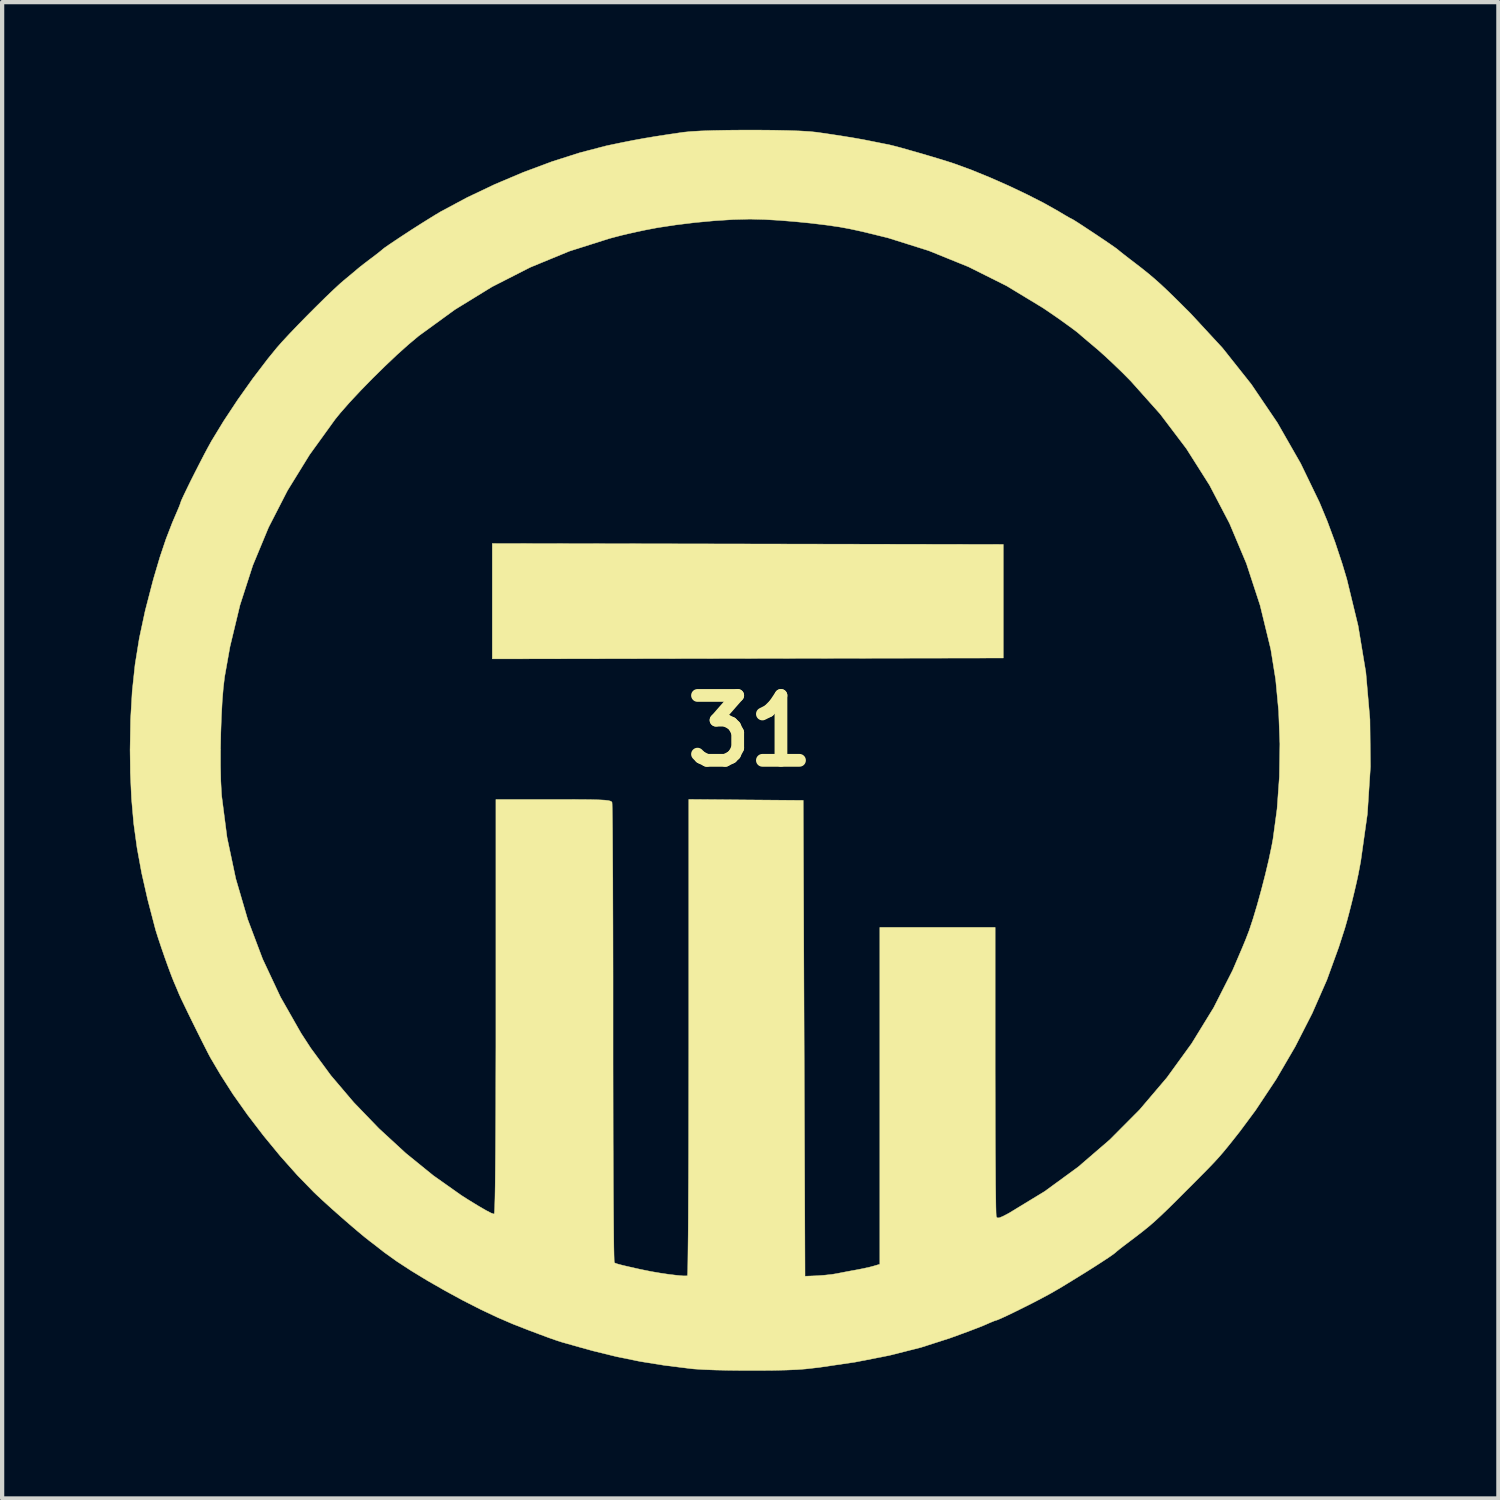
<source format=kicad_pcb>
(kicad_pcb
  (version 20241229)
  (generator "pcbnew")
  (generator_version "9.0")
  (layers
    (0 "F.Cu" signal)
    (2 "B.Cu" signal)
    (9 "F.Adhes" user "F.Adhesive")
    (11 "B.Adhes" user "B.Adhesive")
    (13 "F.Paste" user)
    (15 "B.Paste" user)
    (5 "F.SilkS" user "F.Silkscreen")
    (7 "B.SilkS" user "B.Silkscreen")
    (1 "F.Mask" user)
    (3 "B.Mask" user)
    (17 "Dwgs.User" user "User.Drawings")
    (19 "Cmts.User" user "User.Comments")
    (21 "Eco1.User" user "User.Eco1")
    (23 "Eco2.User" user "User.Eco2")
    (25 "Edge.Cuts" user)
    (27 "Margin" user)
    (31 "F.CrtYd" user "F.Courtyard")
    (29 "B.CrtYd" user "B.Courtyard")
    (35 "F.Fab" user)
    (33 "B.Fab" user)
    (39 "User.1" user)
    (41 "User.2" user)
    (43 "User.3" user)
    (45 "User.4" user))
  (footprint "31"
    (layer "F.Cu")
    (at 14.566 14.118)
    (property "Reference" "31" (at 0 0 0) (layer "F.SilkS") (effects (font (size 1.524 1.524) (thickness 0.3))))
    (attr through_hole)
    (fp_poly (pts (xy -0.053 -4.392) (xy 5.948 -4.381) (xy 5.948 -1.714) (xy -6.054 -1.693) (xy -6.054 -4.403) (xy -0.053 -4.392)) (stroke (width 0.01) (type solid)) (fill yes) (layer "F.SilkS"))
    (fp_poly (pts (xy 0.186 -14.113) (xy 0.54 -14.11) (xy 0.871 -14.103) (xy 1.163 -14.093) (xy 1.401 -14.079) (xy 1.566 -14.062) (xy 1.923 -14.01) (xy 2.213 -13.965) (xy 2.456 -13.925) (xy 2.67 -13.887) (xy 2.836 -13.854) (xy 3.006 -13.82) (xy 3.155 -13.79) (xy 3.254 -13.771) (xy 3.26 -13.77) (xy 3.362 -13.745) (xy 3.527 -13.702) (xy 3.735 -13.643) (xy 3.97 -13.576) (xy 4.212 -13.505) (xy 4.442 -13.436) (xy 4.643 -13.374) (xy 4.796 -13.324) (xy 4.805 -13.321) (xy 5.203 -13.175) (xy 5.634 -12.999) (xy 6.076 -12.804) (xy 6.505 -12.6) (xy 6.901 -12.398) (xy 7.239 -12.208) (xy 7.272 -12.188) (xy 7.405 -12.109) (xy 7.507 -12.05) (xy 7.56 -12.023) (xy 7.562 -12.023) (xy 7.602 -12) (xy 7.696 -11.941) (xy 7.831 -11.853) (xy 7.99 -11.748) (xy 8.159 -11.636) (xy 8.323 -11.526) (xy 8.466 -11.428) (xy 8.574 -11.353) (xy 8.631 -11.311) (xy 8.636 -11.307) (xy 8.677 -11.272) (xy 8.77 -11.198) (xy 8.9 -11.097) (xy 9.017 -11.008) (xy 9.196 -10.87) (xy 9.352 -10.745) (xy 9.498 -10.622) (xy 9.647 -10.489) (xy 9.812 -10.334) (xy 10.005 -10.146) (xy 10.239 -9.913) (xy 10.351 -9.801) (xy 11.097 -8.994) (xy 11.774 -8.141) (xy 12.385 -7.239) (xy 12.932 -6.283) (xy 13.375 -5.366) (xy 13.558 -4.925) (xy 13.74 -4.434) (xy 13.908 -3.927) (xy 14.016 -3.567) (xy 14.281 -2.473) (xy 14.463 -1.375) (xy 14.559 -0.272) (xy 14.571 0.836) (xy 14.499 1.948) (xy 14.342 3.064) (xy 14.285 3.365) (xy 14.246 3.547) (xy 14.194 3.771) (xy 14.135 4.014) (xy 14.075 4.251) (xy 14.02 4.458) (xy 13.976 4.612) (xy 13.969 4.636) (xy 13.936 4.738) (xy 13.887 4.89) (xy 13.832 5.061) (xy 13.826 5.08) (xy 13.548 5.846) (xy 13.204 6.629) (xy 12.804 7.413) (xy 12.357 8.179) (xy 11.873 8.908) (xy 11.505 9.404) (xy 11.356 9.593) (xy 11.232 9.748) (xy 11.122 9.882) (xy 11.014 10.007) (xy 10.896 10.136) (xy 10.757 10.281) (xy 10.585 10.455) (xy 10.37 10.672) (xy 10.266 10.775) (xy 10.018 11.024) (xy 9.816 11.223) (xy 9.649 11.383) (xy 9.504 11.517) (xy 9.369 11.634) (xy 9.232 11.745) (xy 9.08 11.863) (xy 8.932 11.975) (xy 8.792 12.081) (xy 8.678 12.169) (xy 8.608 12.226) (xy 8.594 12.24) (xy 8.543 12.281) (xy 8.432 12.359) (xy 8.274 12.463) (xy 8.082 12.587) (xy 7.868 12.722) (xy 7.646 12.859) (xy 7.429 12.992) (xy 7.229 13.112) (xy 7.059 13.21) (xy 7.006 13.239) (xy 6.829 13.334) (xy 6.629 13.438) (xy 6.42 13.543) (xy 6.218 13.643) (xy 6.038 13.73) (xy 5.893 13.797) (xy 5.8 13.836) (xy 5.774 13.843) (xy 5.728 13.859) (xy 5.633 13.898) (xy 5.577 13.923) (xy 5.466 13.971) (xy 5.331 14.024) (xy 5.158 14.09) (xy 4.933 14.173) (xy 4.688 14.262) (xy 4.015 14.478) (xy 3.272 14.666) (xy 2.471 14.823) (xy 1.621 14.948) (xy 1.304 14.984) (xy 1.111 14.999) (xy 0.85 15.01) (xy 0.542 15.017) (xy 0.203 15.02) (xy -0.149 15.02) (xy -0.494 15.016) (xy -0.817 15.009) (xy -1.097 14.998) (xy -1.318 14.984) (xy -1.376 14.978) (xy -2.005 14.9) (xy -2.58 14.808) (xy -3.13 14.696) (xy -3.685 14.56) (xy -3.979 14.479) (xy -4.151 14.43) (xy -4.308 14.386) (xy -4.417 14.355) (xy -4.424 14.353) (xy -4.545 14.314) (xy -4.728 14.25) (xy -4.957 14.165) (xy -5.214 14.068) (xy -5.482 13.963) (xy -5.567 13.93) (xy -5.927 13.775) (xy -6.323 13.588) (xy -6.74 13.376) (xy -7.161 13.147) (xy -7.572 12.912) (xy -7.958 12.677) (xy -8.301 12.453) (xy -8.587 12.248) (xy -8.681 12.175) (xy -8.79 12.089) (xy -8.915 11.994) (xy -8.933 11.98) (xy -9.052 11.886) (xy -9.218 11.748) (xy -9.415 11.58) (xy -9.627 11.395) (xy -9.838 11.208) (xy -10.033 11.031) (xy -10.197 10.878) (xy -10.246 10.831) (xy -10.632 10.434) (xy -11.031 9.986) (xy -11.426 9.506) (xy -11.802 9.015) (xy -12.143 8.533) (xy -12.434 8.078) (xy -12.467 8.022) (xy -12.552 7.879) (xy -12.631 7.744) (xy -12.667 7.684) (xy -12.71 7.605) (xy -12.781 7.466) (xy -12.873 7.284) (xy -12.978 7.074) (xy -13.087 6.854) (xy -13.193 6.638) (xy -13.287 6.443) (xy -13.363 6.285) (xy -13.41 6.181) (xy -13.419 6.16) (xy -13.459 6.063) (xy -13.511 5.941) (xy -13.518 5.927) (xy -13.578 5.778) (xy -13.655 5.573) (xy -13.74 5.337) (xy -13.824 5.094) (xy -13.899 4.87) (xy -13.956 4.69) (xy -13.971 4.636) (xy -14.148 3.958) (xy -14.289 3.336) (xy -14.397 2.747) (xy -14.476 2.172) (xy -14.527 1.589) (xy -14.555 0.978) (xy -14.556 0.825) (xy -12.437 0.825) (xy -12.43 1.173) (xy -12.414 1.468) (xy -12.41 1.524) (xy -12.284 2.498) (xy -12.079 3.468) (xy -11.799 4.424) (xy -11.448 5.355) (xy -11.028 6.25) (xy -10.545 7.099) (xy -10.316 7.451) (xy -9.846 8.09) (xy -9.308 8.723) (xy -8.717 9.336) (xy -8.089 9.914) (xy -7.44 10.441) (xy -6.785 10.904) (xy -6.635 11) (xy -6.387 11.152) (xy -6.205 11.258) (xy -6.082 11.322) (xy -6.014 11.345) (xy -6.01 11.345) (xy -6.003 11.303) (xy -5.997 11.178) (xy -5.991 10.972) (xy -5.986 10.686) (xy -5.982 10.322) (xy -5.978 9.882) (xy -5.975 9.368) (xy -5.972 8.78) (xy -5.971 8.122) (xy -5.969 7.394) (xy -5.969 6.598) (xy -5.969 6.477) (xy -5.969 1.609) (xy -4.619 1.609) (xy -4.242 1.609) (xy -3.941 1.61) (xy -3.708 1.613) (xy -3.533 1.618) (xy -3.409 1.625) (xy -3.326 1.635) (xy -3.276 1.648) (xy -3.25 1.664) (xy -3.242 1.677) (xy -3.239 1.727) (xy -3.236 1.857) (xy -3.233 2.061) (xy -3.23 2.335) (xy -3.228 2.672) (xy -3.226 3.069) (xy -3.223 3.519) (xy -3.222 4.019) (xy -3.22 4.562) (xy -3.219 5.143) (xy -3.218 5.758) (xy -3.218 6.401) (xy -3.218 7.068) (xy -3.218 7.103) (xy -3.218 7.77) (xy -3.217 8.413) (xy -3.216 9.027) (xy -3.215 9.608) (xy -3.213 10.151) (xy -3.211 10.649) (xy -3.208 11.099) (xy -3.205 11.495) (xy -3.202 11.832) (xy -3.199 12.104) (xy -3.195 12.308) (xy -3.191 12.437) (xy -3.187 12.487) (xy -3.187 12.488) (xy -3.157 12.503) (xy -3.095 12.523) (xy -2.987 12.551) (xy -2.824 12.589) (xy -2.592 12.641) (xy -2.519 12.656) (xy -2.322 12.696) (xy -2.111 12.732) (xy -1.902 12.763) (xy -1.716 12.785) (xy -1.57 12.798) (xy -1.483 12.797) (xy -1.471 12.794) (xy -1.467 12.751) (xy -1.463 12.628) (xy -1.46 12.43) (xy -1.457 12.163) (xy -1.453 11.83) (xy -1.45 11.438) (xy -1.448 10.99) (xy -1.445 10.493) (xy -1.443 9.951) (xy -1.442 9.368) (xy -1.441 8.75) (xy -1.44 8.103) (xy -1.439 7.429) (xy -1.439 7.194) (xy -1.439 1.607) (xy -0.095 1.619) (xy 1.249 1.63) (xy 1.27 7.218) (xy 1.291 12.806) (xy 1.566 12.795) (xy 1.748 12.782) (xy 1.929 12.762) (xy 2.032 12.745) (xy 2.18 12.716) (xy 2.365 12.681) (xy 2.498 12.657) (xy 2.666 12.624) (xy 2.821 12.589) (xy 2.91 12.565) (xy 3.048 12.524) (xy 3.048 4.614) (xy 5.757 4.614) (xy 5.757 7.976) (xy 5.758 8.504) (xy 5.759 9.007) (xy 5.76 9.481) (xy 5.762 9.917) (xy 5.765 10.31) (xy 5.767 10.654) (xy 5.771 10.941) (xy 5.774 11.165) (xy 5.778 11.319) (xy 5.782 11.398) (xy 5.783 11.406) (xy 5.807 11.436) (xy 5.855 11.434) (xy 5.943 11.397) (xy 6.088 11.321) (xy 6.09 11.319) (xy 6.918 10.815) (xy 7.707 10.239) (xy 8.452 9.597) (xy 9.149 8.896) (xy 9.791 8.141) (xy 10.372 7.34) (xy 10.889 6.498) (xy 11.334 5.621) (xy 11.561 5.091) (xy 11.611 4.97) (xy 11.64 4.9) (xy 11.722 4.687) (xy 11.814 4.409) (xy 11.911 4.085) (xy 12.008 3.734) (xy 12.101 3.374) (xy 12.184 3.024) (xy 12.252 2.702) (xy 12.282 2.54) (xy 12.378 1.83) (xy 12.432 1.077) (xy 12.444 0.305) (xy 12.415 -0.464) (xy 12.345 -1.206) (xy 12.234 -1.898) (xy 12.229 -1.926) (xy 11.98 -2.95) (xy 11.658 -3.933) (xy 11.262 -4.874) (xy 10.792 -5.773) (xy 10.249 -6.63) (xy 9.633 -7.444) (xy 8.944 -8.216) (xy 8.933 -8.227) (xy 8.739 -8.423) (xy 8.527 -8.627) (xy 8.322 -8.818) (xy 8.148 -8.973) (xy 8.128 -8.989) (xy 7.981 -9.113) (xy 7.859 -9.216) (xy 7.776 -9.287) (xy 7.747 -9.313) (xy 7.683 -9.367) (xy 7.565 -9.456) (xy 7.408 -9.57) (xy 7.229 -9.698) (xy 7.043 -9.826) (xy 6.879 -9.937) (xy 6.028 -10.453) (xy 5.13 -10.902) (xy 4.197 -11.28) (xy 3.238 -11.582) (xy 2.646 -11.727) (xy 2.5 -11.759) (xy 2.365 -11.788) (xy 2.349 -11.792) (xy 2.099 -11.838) (xy 1.785 -11.883) (xy 1.43 -11.926) (xy 1.056 -11.963) (xy 0.685 -11.993) (xy 0.339 -12.013) (xy 0.038 -12.021) (xy 0 -12.022) (xy -0.39 -12.012) (xy -0.831 -11.984) (xy -1.294 -11.941) (xy -1.75 -11.885) (xy -2.172 -11.821) (xy -2.455 -11.767) (xy -2.681 -11.719) (xy -2.851 -11.681) (xy -2.992 -11.648) (xy -3.132 -11.612) (xy -3.298 -11.568) (xy -3.302 -11.567) (xy -4.242 -11.269) (xy -5.162 -10.89) (xy -6.061 -10.432) (xy -6.933 -9.896) (xy -7.775 -9.284) (xy -7.795 -9.268) (xy -8.024 -9.076) (xy -8.29 -8.838) (xy -8.575 -8.568) (xy -8.866 -8.282) (xy -9.147 -7.994) (xy -9.404 -7.719) (xy -9.621 -7.472) (xy -9.744 -7.321) (xy -10.344 -6.49) (xy -10.864 -5.647) (xy -11.308 -4.782) (xy -11.679 -3.888) (xy -11.98 -2.956) (xy -12.215 -1.978) (xy -12.341 -1.27) (xy -12.371 -1.018) (xy -12.397 -0.701) (xy -12.416 -0.339) (xy -12.43 0.049) (xy -12.437 0.444) (xy -12.437 0.825) (xy -14.556 0.825) (xy -14.561 0.445) (xy -14.549 -0.272) (xy -14.511 -0.931) (xy -14.444 -1.559) (xy -14.344 -2.18) (xy -14.207 -2.821) (xy -14.03 -3.504) (xy -14.004 -3.598) (xy -13.861 -4.081) (xy -13.718 -4.507) (xy -13.566 -4.9) (xy -13.457 -5.154) (xy -13.41 -5.265) (xy -13.381 -5.341) (xy -13.377 -5.356) (xy -13.359 -5.408) (xy -13.308 -5.52) (xy -13.232 -5.678) (xy -13.139 -5.869) (xy -13.034 -6.077) (xy -12.926 -6.289) (xy -12.822 -6.49) (xy -12.728 -6.666) (xy -12.653 -6.802) (xy -12.651 -6.806) (xy -12.363 -7.279) (xy -12.033 -7.778) (xy -11.68 -8.276) (xy -11.325 -8.741) (xy -11.114 -9) (xy -10.988 -9.143) (xy -10.818 -9.326) (xy -10.617 -9.536) (xy -10.399 -9.759) (xy -10.176 -9.982) (xy -9.963 -10.192) (xy -9.771 -10.375) (xy -9.616 -10.518) (xy -9.54 -10.583) (xy -9.412 -10.689) (xy -9.303 -10.78) (xy -9.236 -10.837) (xy -9.168 -10.894) (xy -9.055 -10.982) (xy -8.921 -11.084) (xy -8.911 -11.091) (xy -8.786 -11.186) (xy -8.689 -11.262) (xy -8.638 -11.304) (xy -8.636 -11.307) (xy -8.587 -11.346) (xy -8.479 -11.421) (xy -8.328 -11.523) (xy -8.146 -11.643) (xy -7.947 -11.773) (xy -7.745 -11.902) (xy -7.553 -12.022) (xy -7.386 -12.125) (xy -7.26 -12.2) (xy -6.647 -12.528) (xy -5.995 -12.838) (xy -5.324 -13.122) (xy -4.653 -13.372) (xy -4.001 -13.58) (xy -3.389 -13.74) (xy -3.302 -13.759) (xy -3.004 -13.821) (xy -2.735 -13.874) (xy -2.471 -13.922) (xy -2.19 -13.969) (xy -1.867 -14.018) (xy -1.566 -14.062) (xy -1.396 -14.079) (xy -1.156 -14.093) (xy -0.863 -14.103) (xy -0.531 -14.11) (xy -0.176 -14.113) (xy 0.186 -14.113)) (stroke (width 0.01) (type solid)) (fill yes) (layer "F.SilkS")))
  (gr_rect
    (start -3 -3)
    (end 32.142 32.144)
    (stroke (width 0.1) (type default))
    (fill no)
    (layer "Edge.Cuts")))
</source>
